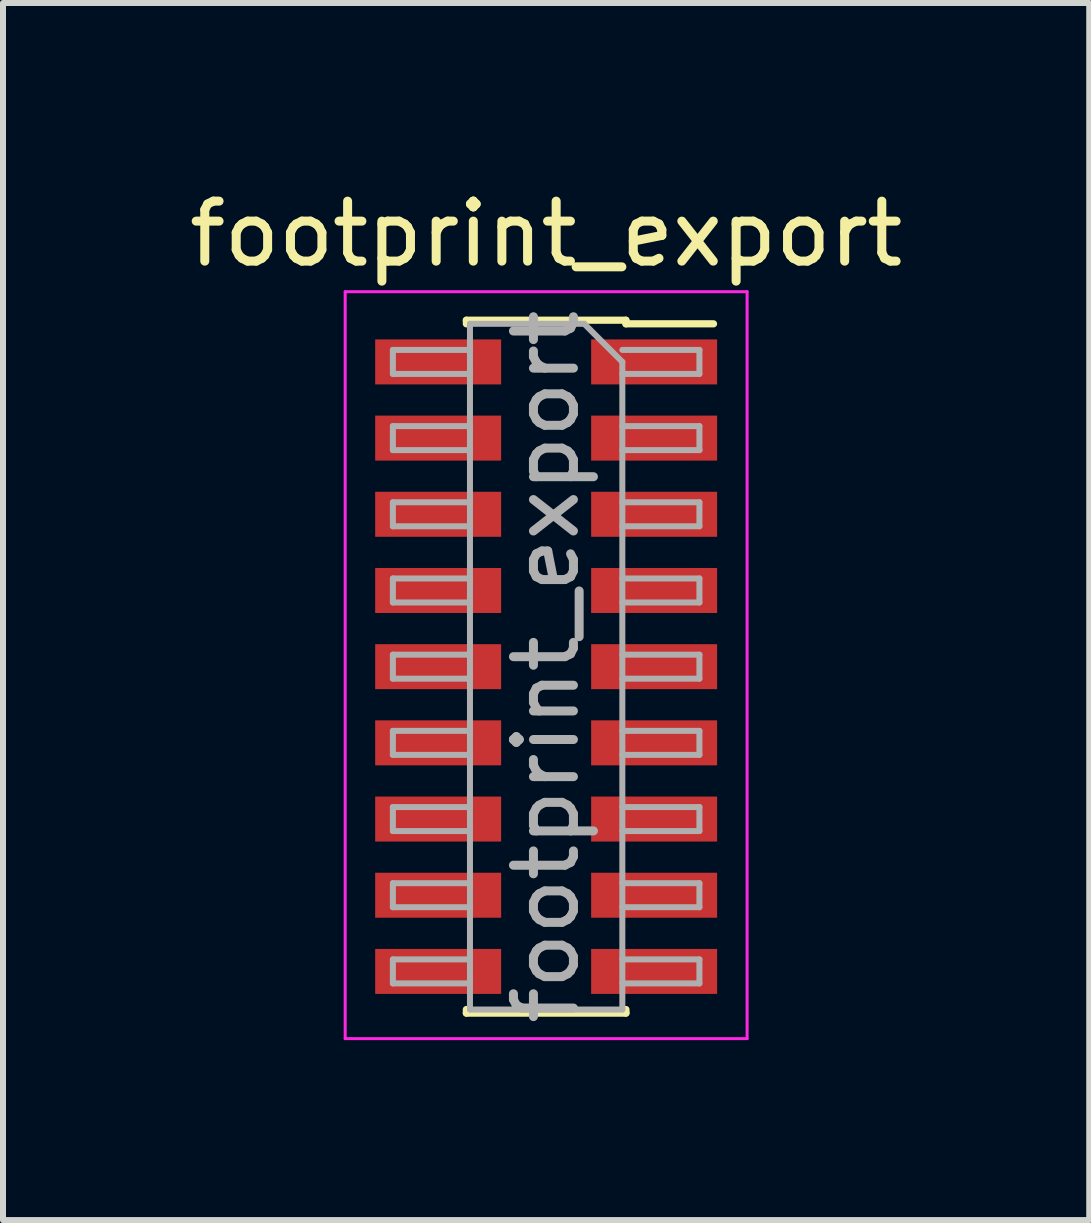
<source format=kicad_pcb>
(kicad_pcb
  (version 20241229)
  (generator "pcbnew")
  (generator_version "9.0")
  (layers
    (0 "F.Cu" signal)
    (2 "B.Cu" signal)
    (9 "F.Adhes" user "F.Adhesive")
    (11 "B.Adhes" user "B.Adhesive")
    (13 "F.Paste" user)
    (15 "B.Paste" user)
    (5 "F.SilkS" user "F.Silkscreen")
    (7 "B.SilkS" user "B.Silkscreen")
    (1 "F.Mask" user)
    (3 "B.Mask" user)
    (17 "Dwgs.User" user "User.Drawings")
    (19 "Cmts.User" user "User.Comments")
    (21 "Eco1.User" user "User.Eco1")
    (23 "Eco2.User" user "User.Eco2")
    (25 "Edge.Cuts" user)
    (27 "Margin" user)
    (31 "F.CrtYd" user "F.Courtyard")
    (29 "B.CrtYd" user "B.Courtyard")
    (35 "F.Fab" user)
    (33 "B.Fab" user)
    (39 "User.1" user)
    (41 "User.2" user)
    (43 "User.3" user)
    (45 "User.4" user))
  (footprint "footprint_export"
    (layer "F.Cu")
    (at 6.054 8.063)
    (property "Reference" "footprint_export" (at 0 -7.215 0) (layer "F.SilkS") (effects (font (size 1 1) (thickness 0.15))))
    (attr smd)
    (fp_line (start -1.33 -5.775) (end -1.33 -5.715) (stroke (width 0.12) (type solid)) (layer "F.SilkS"))
    (fp_line (start -1.33 -5.775) (end 1.33 -5.775) (stroke (width 0.12) (type solid)) (layer "F.SilkS"))
    (fp_line (start -1.33 5.715) (end -1.33 5.775) (stroke (width 0.12) (type solid)) (layer "F.SilkS"))
    (fp_line (start -1.33 5.775) (end 1.33 5.775) (stroke (width 0.12) (type solid)) (layer "F.SilkS"))
    (fp_line (start 1.33 -5.775) (end 1.33 -5.715) (stroke (width 0.12) (type solid)) (layer "F.SilkS"))
    (fp_line (start 1.33 -5.715) (end 2.79 -5.715) (stroke (width 0.12) (type solid)) (layer "F.SilkS"))
    (fp_line (start 1.33 5.715) (end 1.33 5.775) (stroke (width 0.12) (type solid)) (layer "F.SilkS"))
    (fp_line (start -3.35 -6.25) (end 3.35 -6.25) (stroke (width 0.05) (type solid)) (layer "F.CrtYd"))
    (fp_line (start -3.35 6.2) (end -3.35 -6.25) (stroke (width 0.05) (type solid)) (layer "F.CrtYd"))
    (fp_line (start 3.35 -6.25) (end 3.35 6.2) (stroke (width 0.05) (type solid)) (layer "F.CrtYd"))
    (fp_line (start 3.35 6.2) (end -3.35 6.2) (stroke (width 0.05) (type solid)) (layer "F.CrtYd"))
    (fp_line (start -2.555 -5.28) (end -1.27 -5.28) (stroke (width 0.1) (type solid)) (layer "F.Fab"))
    (fp_line (start -2.555 -4.88) (end -2.555 -5.28) (stroke (width 0.1) (type solid)) (layer "F.Fab"))
    (fp_line (start -2.555 -4.01) (end -1.27 -4.01) (stroke (width 0.1) (type solid)) (layer "F.Fab"))
    (fp_line (start -2.555 -3.61) (end -2.555 -4.01) (stroke (width 0.1) (type solid)) (layer "F.Fab"))
    (fp_line (start -2.555 -2.74) (end -1.27 -2.74) (stroke (width 0.1) (type solid)) (layer "F.Fab"))
    (fp_line (start -2.555 -2.34) (end -2.555 -2.74) (stroke (width 0.1) (type solid)) (layer "F.Fab"))
    (fp_line (start -2.555 -1.47) (end -1.27 -1.47) (stroke (width 0.1) (type solid)) (layer "F.Fab"))
    (fp_line (start -2.555 -1.07) (end -2.555 -1.47) (stroke (width 0.1) (type solid)) (layer "F.Fab"))
    (fp_line (start -2.555 -0.2) (end -1.27 -0.2) (stroke (width 0.1) (type solid)) (layer "F.Fab"))
    (fp_line (start -2.555 0.2) (end -2.555 -0.2) (stroke (width 0.1) (type solid)) (layer "F.Fab"))
    (fp_line (start -2.555 1.07) (end -1.27 1.07) (stroke (width 0.1) (type solid)) (layer "F.Fab"))
    (fp_line (start -2.555 1.47) (end -2.555 1.07) (stroke (width 0.1) (type solid)) (layer "F.Fab"))
    (fp_line (start -2.555 2.34) (end -1.27 2.34) (stroke (width 0.1) (type solid)) (layer "F.Fab"))
    (fp_line (start -2.555 2.74) (end -2.555 2.34) (stroke (width 0.1) (type solid)) (layer "F.Fab"))
    (fp_line (start -2.555 3.61) (end -1.27 3.61) (stroke (width 0.1) (type solid)) (layer "F.Fab"))
    (fp_line (start -2.555 4.01) (end -2.555 3.61) (stroke (width 0.1) (type solid)) (layer "F.Fab"))
    (fp_line (start -2.555 4.88) (end -1.27 4.88) (stroke (width 0.1) (type solid)) (layer "F.Fab"))
    (fp_line (start -2.555 5.28) (end -2.555 4.88) (stroke (width 0.1) (type solid)) (layer "F.Fab"))
    (fp_line (start -1.27 -5.715) (end 0.635 -5.715) (stroke (width 0.1) (type solid)) (layer "F.Fab"))
    (fp_line (start -1.27 -4.88) (end -2.555 -4.88) (stroke (width 0.1) (type solid)) (layer "F.Fab"))
    (fp_line (start -1.27 -3.61) (end -2.555 -3.61) (stroke (width 0.1) (type solid)) (layer "F.Fab"))
    (fp_line (start -1.27 -2.34) (end -2.555 -2.34) (stroke (width 0.1) (type solid)) (layer "F.Fab"))
    (fp_line (start -1.27 -1.07) (end -2.555 -1.07) (stroke (width 0.1) (type solid)) (layer "F.Fab"))
    (fp_line (start -1.27 0.2) (end -2.555 0.2) (stroke (width 0.1) (type solid)) (layer "F.Fab"))
    (fp_line (start -1.27 1.47) (end -2.555 1.47) (stroke (width 0.1) (type solid)) (layer "F.Fab"))
    (fp_line (start -1.27 2.74) (end -2.555 2.74) (stroke (width 0.1) (type solid)) (layer "F.Fab"))
    (fp_line (start -1.27 4.01) (end -2.555 4.01) (stroke (width 0.1) (type solid)) (layer "F.Fab"))
    (fp_line (start -1.27 5.28) (end -2.555 5.28) (stroke (width 0.1) (type solid)) (layer "F.Fab"))
    (fp_line (start -1.27 5.715) (end -1.27 -5.715) (stroke (width 0.1) (type solid)) (layer "F.Fab"))
    (fp_line (start 0.635 -5.715) (end 1.27 -5.08) (stroke (width 0.1) (type solid)) (layer "F.Fab"))
    (fp_line (start 1.27 -5.28) (end 2.555 -5.28) (stroke (width 0.1) (type solid)) (layer "F.Fab"))
    (fp_line (start 1.27 -5.08) (end 1.27 5.715) (stroke (width 0.1) (type solid)) (layer "F.Fab"))
    (fp_line (start 1.27 -4.01) (end 2.555 -4.01) (stroke (width 0.1) (type solid)) (layer "F.Fab"))
    (fp_line (start 1.27 -2.74) (end 2.555 -2.74) (stroke (width 0.1) (type solid)) (layer "F.Fab"))
    (fp_line (start 1.27 -1.47) (end 2.555 -1.47) (stroke (width 0.1) (type solid)) (layer "F.Fab"))
    (fp_line (start 1.27 -0.2) (end 2.555 -0.2) (stroke (width 0.1) (type solid)) (layer "F.Fab"))
    (fp_line (start 1.27 1.07) (end 2.555 1.07) (stroke (width 0.1) (type solid)) (layer "F.Fab"))
    (fp_line (start 1.27 2.34) (end 2.555 2.34) (stroke (width 0.1) (type solid)) (layer "F.Fab"))
    (fp_line (start 1.27 3.61) (end 2.555 3.61) (stroke (width 0.1) (type solid)) (layer "F.Fab"))
    (fp_line (start 1.27 4.88) (end 2.555 4.88) (stroke (width 0.1) (type solid)) (layer "F.Fab"))
    (fp_line (start 1.27 5.715) (end -1.27 5.715) (stroke (width 0.1) (type solid)) (layer "F.Fab"))
    (fp_line (start 2.555 -5.28) (end 2.555 -4.88) (stroke (width 0.1) (type solid)) (layer "F.Fab"))
    (fp_line (start 2.555 -4.88) (end 1.27 -4.88) (stroke (width 0.1) (type solid)) (layer "F.Fab"))
    (fp_line (start 2.555 -4.01) (end 2.555 -3.61) (stroke (width 0.1) (type solid)) (layer "F.Fab"))
    (fp_line (start 2.555 -3.61) (end 1.27 -3.61) (stroke (width 0.1) (type solid)) (layer "F.Fab"))
    (fp_line (start 2.555 -2.74) (end 2.555 -2.34) (stroke (width 0.1) (type solid)) (layer "F.Fab"))
    (fp_line (start 2.555 -2.34) (end 1.27 -2.34) (stroke (width 0.1) (type solid)) (layer "F.Fab"))
    (fp_line (start 2.555 -1.47) (end 2.555 -1.07) (stroke (width 0.1) (type solid)) (layer "F.Fab"))
    (fp_line (start 2.555 -1.07) (end 1.27 -1.07) (stroke (width 0.1) (type solid)) (layer "F.Fab"))
    (fp_line (start 2.555 -0.2) (end 2.555 0.2) (stroke (width 0.1) (type solid)) (layer "F.Fab"))
    (fp_line (start 2.555 0.2) (end 1.27 0.2) (stroke (width 0.1) (type solid)) (layer "F.Fab"))
    (fp_line (start 2.555 1.07) (end 2.555 1.47) (stroke (width 0.1) (type solid)) (layer "F.Fab"))
    (fp_line (start 2.555 1.47) (end 1.27 1.47) (stroke (width 0.1) (type solid)) (layer "F.Fab"))
    (fp_line (start 2.555 2.34) (end 2.555 2.74) (stroke (width 0.1) (type solid)) (layer "F.Fab"))
    (fp_line (start 2.555 2.74) (end 1.27 2.74) (stroke (width 0.1) (type solid)) (layer "F.Fab"))
    (fp_line (start 2.555 3.61) (end 2.555 4.01) (stroke (width 0.1) (type solid)) (layer "F.Fab"))
    (fp_line (start 2.555 4.01) (end 1.27 4.01) (stroke (width 0.1) (type solid)) (layer "F.Fab"))
    (fp_line (start 2.555 4.88) (end 2.555 5.28) (stroke (width 0.1) (type solid)) (layer "F.Fab"))
    (fp_line (start 2.555 5.28) (end 1.27 5.28) (stroke (width 0.1) (type solid)) (layer "F.Fab"))
    (fp_text user "${REFERENCE}" (at 0 0 90) (layer "F.Fab") (effects (font (size 1 1) (thickness 0.15))))
    (pad "1" smd rect (at 1.8 -5.08) (size 2.1 0.75) (layers "F.Cu" "F.Mask" "F.Paste"))
    (pad "2" smd rect (at -1.8 -5.08) (size 2.1 0.75) (layers "F.Cu" "F.Mask" "F.Paste"))
    (pad "3" smd rect (at 1.8 -3.81) (size 2.1 0.75) (layers "F.Cu" "F.Mask" "F.Paste"))
    (pad "4" smd rect (at -1.8 -3.81) (size 2.1 0.75) (layers "F.Cu" "F.Mask" "F.Paste"))
    (pad "5" smd rect (at 1.8 -2.54) (size 2.1 0.75) (layers "F.Cu" "F.Mask" "F.Paste"))
    (pad "6" smd rect (at -1.8 -2.54) (size 2.1 0.75) (layers "F.Cu" "F.Mask" "F.Paste"))
    (pad "7" smd rect (at 1.8 -1.27) (size 2.1 0.75) (layers "F.Cu" "F.Mask" "F.Paste"))
    (pad "8" smd rect (at -1.8 -1.27) (size 2.1 0.75) (layers "F.Cu" "F.Mask" "F.Paste"))
    (pad "9" smd rect (at 1.8 0) (size 2.1 0.75) (layers "F.Cu" "F.Mask" "F.Paste"))
    (pad "10" smd rect (at -1.8 0) (size 2.1 0.75) (layers "F.Cu" "F.Mask" "F.Paste"))
    (pad "11" smd rect (at 1.8 1.27) (size 2.1 0.75) (layers "F.Cu" "F.Mask" "F.Paste"))
    (pad "12" smd rect (at -1.8 1.27) (size 2.1 0.75) (layers "F.Cu" "F.Mask" "F.Paste"))
    (pad "13" smd rect (at 1.8 2.54) (size 2.1 0.75) (layers "F.Cu" "F.Mask" "F.Paste"))
    (pad "14" smd rect (at -1.8 2.54) (size 2.1 0.75) (layers "F.Cu" "F.Mask" "F.Paste"))
    (pad "15" smd rect (at 1.8 3.81) (size 2.1 0.75) (layers "F.Cu" "F.Mask" "F.Paste"))
    (pad "16" smd rect (at -1.8 3.81) (size 2.1 0.75) (layers "F.Cu" "F.Mask" "F.Paste"))
    (pad "17" smd rect (at 1.8 5.08) (size 2.1 0.75) (layers "F.Cu" "F.Mask" "F.Paste"))
    (pad "18" smd rect (at -1.8 5.08) (size 2.1 0.75) (layers "F.Cu" "F.Mask" "F.Paste")))
  (gr_rect
    (start -3 -3)
    (end 15.107 17.288)
    (stroke (width 0.1) (type default))
    (fill no)
    (layer "Edge.Cuts")))
</source>
